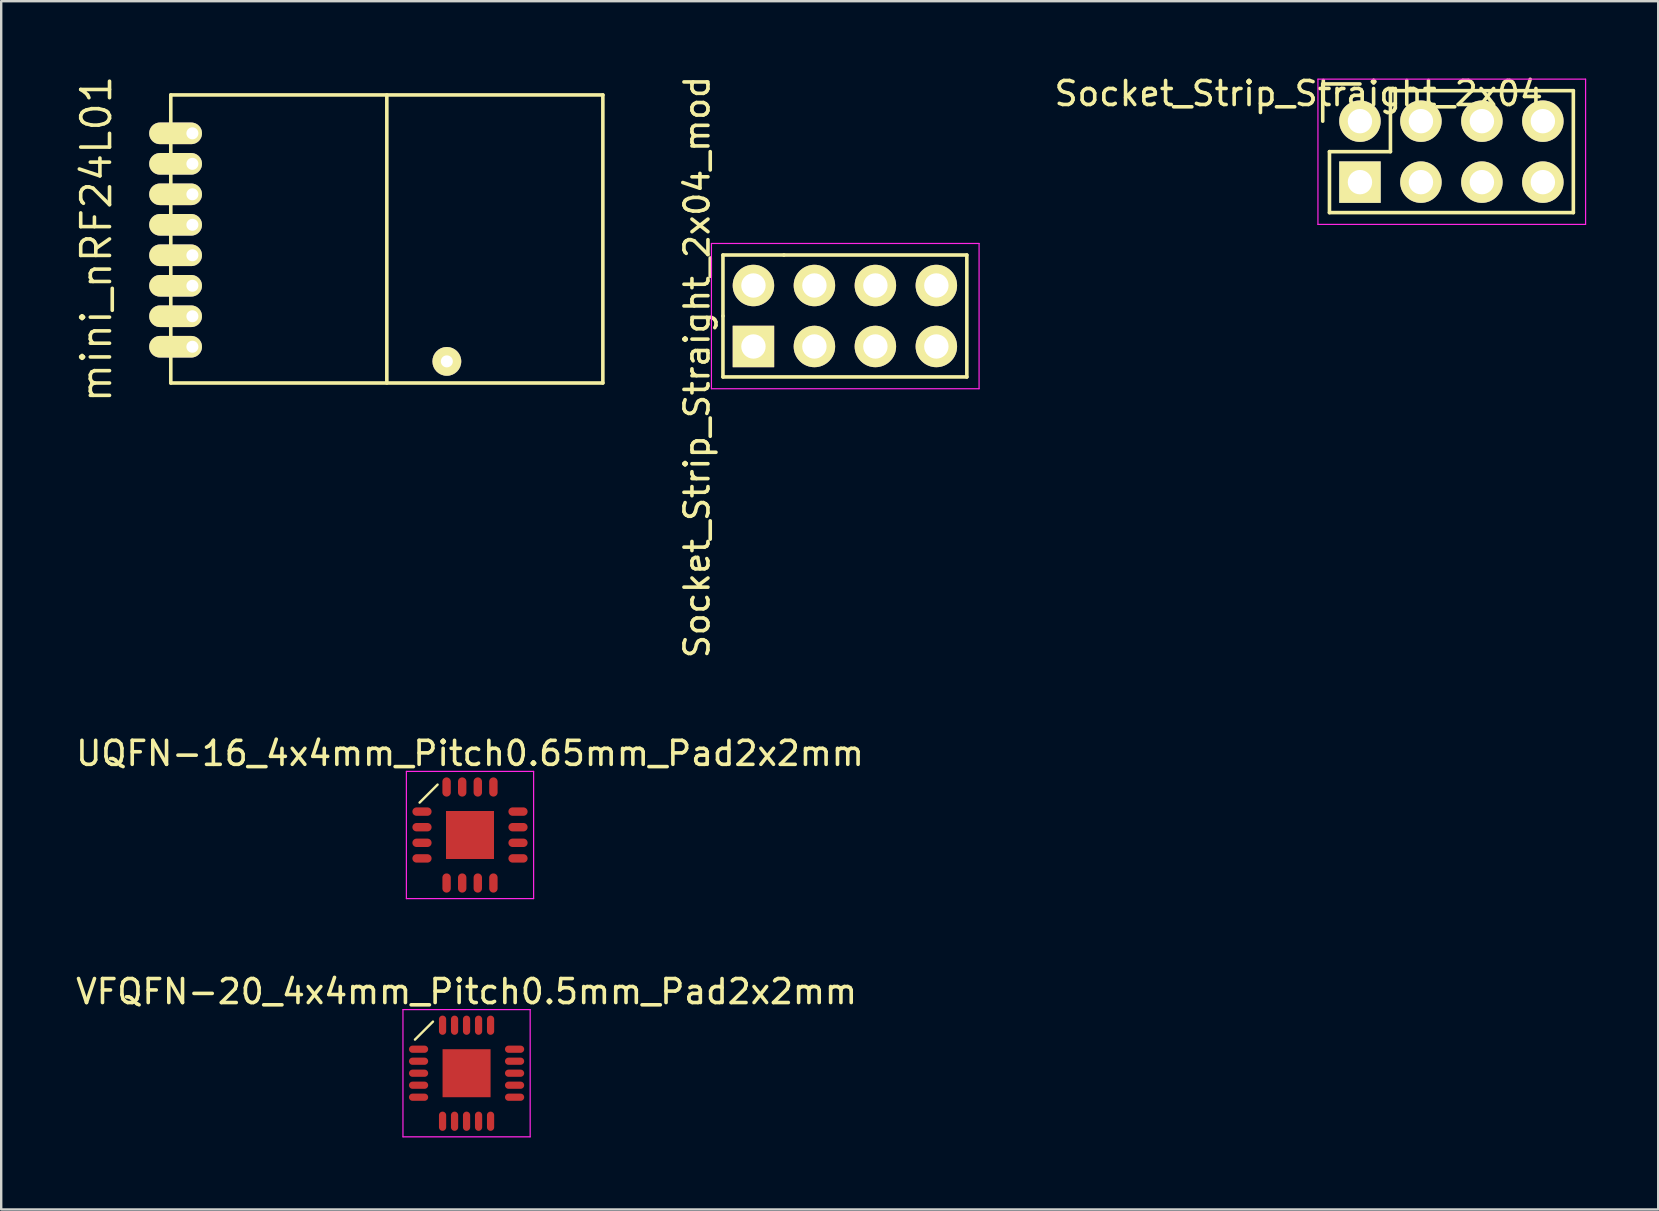
<source format=kicad_pcb>
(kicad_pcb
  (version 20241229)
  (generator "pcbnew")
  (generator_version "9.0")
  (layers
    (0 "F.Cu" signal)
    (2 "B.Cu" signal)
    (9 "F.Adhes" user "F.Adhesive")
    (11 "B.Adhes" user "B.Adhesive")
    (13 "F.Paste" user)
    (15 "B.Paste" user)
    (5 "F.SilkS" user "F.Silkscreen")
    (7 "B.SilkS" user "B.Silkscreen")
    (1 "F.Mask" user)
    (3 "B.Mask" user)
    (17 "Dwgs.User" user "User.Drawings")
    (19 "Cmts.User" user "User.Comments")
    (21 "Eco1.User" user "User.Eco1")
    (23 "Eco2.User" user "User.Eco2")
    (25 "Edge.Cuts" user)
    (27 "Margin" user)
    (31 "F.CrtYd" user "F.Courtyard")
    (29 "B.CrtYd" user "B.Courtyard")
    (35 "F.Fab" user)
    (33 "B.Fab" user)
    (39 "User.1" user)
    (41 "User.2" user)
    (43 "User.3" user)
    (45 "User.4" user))
  (footprint "UQFN-16_4x4mm_Pitch0.65mm_Pad2x2mm"
    (layer "F.Cu")
    (at 16.53 31.736)
    (property "Reference" "UQFN-16_4x4mm_Pitch0.65mm_Pad2x2mm" (at 0 -3.4 0) (layer "F.SilkS") (effects (font (size 1 1) (thickness 0.15))))
    (attr smd)
    (fp_line (start -1.35 -2.1) (end -2.1 -1.35) (stroke (width 0.1) (type solid)) (layer "F.SilkS"))
    (fp_line (start -2.65 -2.65) (end -2.65 2.65) (stroke (width 0.05) (type solid)) (layer "F.CrtYd"))
    (fp_line (start -2.65 -2.65) (end 2.65 -2.65) (stroke (width 0.05) (type solid)) (layer "F.CrtYd"))
    (fp_line (start -2.65 2.65) (end 2.65 2.65) (stroke (width 0.05) (type solid)) (layer "F.CrtYd"))
    (fp_line (start 2.65 -2.65) (end 2.65 2.65) (stroke (width 0.05) (type solid)) (layer "F.CrtYd"))
    (pad "1" smd oval (at -2 -0.975) (size 0.8 0.35) (layers "F.Cu" "F.Mask" "F.Paste"))
    (pad "2" smd oval (at -2 -0.325) (size 0.8 0.35) (layers "F.Cu" "F.Mask" "F.Paste"))
    (pad "3" smd oval (at -2 0.325) (size 0.8 0.35) (layers "F.Cu" "F.Mask" "F.Paste"))
    (pad "4" smd oval (at -2 0.975) (size 0.8 0.35) (layers "F.Cu" "F.Mask" "F.Paste"))
    (pad "5" smd oval (at -0.975 2 90) (size 0.8 0.35) (layers "F.Cu" "F.Mask" "F.Paste"))
    (pad "6" smd oval (at -0.325 2 90) (size 0.8 0.35) (layers "F.Cu" "F.Mask" "F.Paste"))
    (pad "7" smd oval (at 0.325 2 90) (size 0.8 0.35) (layers "F.Cu" "F.Mask" "F.Paste"))
    (pad "8" smd oval (at 0.975 2 90) (size 0.8 0.35) (layers "F.Cu" "F.Mask" "F.Paste"))
    (pad "9" smd oval (at 2 0.975) (size 0.8 0.35) (layers "F.Cu" "F.Mask" "F.Paste"))
    (pad "10" smd oval (at 2 0.325) (size 0.8 0.35) (layers "F.Cu" "F.Mask" "F.Paste"))
    (pad "11" smd oval (at 2 -0.325) (size 0.8 0.35) (layers "F.Cu" "F.Mask" "F.Paste"))
    (pad "12" smd oval (at 2 -0.975) (size 0.8 0.35) (layers "F.Cu" "F.Mask" "F.Paste"))
    (pad "13" smd oval (at 0.975 -2 90) (size 0.8 0.35) (layers "F.Cu" "F.Mask" "F.Paste"))
    (pad "14" smd oval (at 0.325 -2 90) (size 0.8 0.35) (layers "F.Cu" "F.Mask" "F.Paste"))
    (pad "15" smd oval (at -0.325 -2 90) (size 0.8 0.35) (layers "F.Cu" "F.Mask" "F.Paste"))
    (pad "16" smd oval (at -0.975 -2 90) (size 0.8 0.35) (layers "F.Cu" "F.Mask" "F.Paste"))
    (pad "17" smd rect (at 0 0) (size 2 2) (layers "F.Cu" "F.Mask" "F.Paste")))
  (footprint "Socket_Strip_Straight_2x04_mod"
    (layer "F.Cu")
    (at 28.338 8.844)
    (property "Reference" "Socket_Strip_Straight_2x04_mod" (at -2.35 3.4 90) (layer "F.SilkS") (effects (font (size 1 1) (thickness 0.15))))
    (attr through_hole)
    (fp_line (start -1.27 -1.27) (end 1.27 -1.27) (stroke (width 0.15) (type solid)) (layer "F.SilkS"))
    (fp_line (start -1.27 1.27) (end -1.27 -1.27) (stroke (width 0.15) (type solid)) (layer "F.SilkS"))
    (fp_line (start -1.27 3.81) (end -1.27 1.27) (stroke (width 0.15) (type solid)) (layer "F.SilkS"))
    (fp_line (start 1.27 -1.27) (end 8.89 -1.27) (stroke (width 0.15) (type solid)) (layer "F.SilkS"))
    (fp_line (start 8.89 -1.27) (end 8.89 3.81) (stroke (width 0.15) (type solid)) (layer "F.SilkS"))
    (fp_line (start 8.89 3.81) (end -1.27 3.81) (stroke (width 0.15) (type solid)) (layer "F.SilkS"))
    (fp_line (start -1.75 -1.75) (end -1.75 4.3) (stroke (width 0.05) (type solid)) (layer "F.CrtYd"))
    (fp_line (start -1.75 -1.75) (end 9.4 -1.75) (stroke (width 0.05) (type solid)) (layer "F.CrtYd"))
    (fp_line (start -1.75 4.3) (end 9.4 4.3) (stroke (width 0.05) (type solid)) (layer "F.CrtYd"))
    (fp_line (start 9.4 -1.75) (end 9.4 4.3) (stroke (width 0.05) (type solid)) (layer "F.CrtYd"))
    (pad "1" thru_hole rect (at 0 2.54) (size 1.727 1.727) (drill 1.016) (layers "*.Cu" "*.Mask" "F.SilkS"))
    (pad "2" thru_hole oval (at 0 0) (size 1.727 1.727) (drill 1.016) (layers "*.Cu" "*.Mask" "F.SilkS"))
    (pad "3" thru_hole oval (at 2.54 2.54) (size 1.727 1.727) (drill 1.016) (layers "*.Cu" "*.Mask" "F.SilkS"))
    (pad "4" thru_hole oval (at 2.54 0) (size 1.727 1.727) (drill 1.016) (layers "*.Cu" "*.Mask" "F.SilkS"))
    (pad "5" thru_hole oval (at 5.08 2.54) (size 1.727 1.727) (drill 1.016) (layers "*.Cu" "*.Mask" "F.SilkS"))
    (pad "6" thru_hole oval (at 5.08 0) (size 1.727 1.727) (drill 1.016) (layers "*.Cu" "*.Mask" "F.SilkS"))
    (pad "7" thru_hole oval (at 7.62 2.54) (size 1.727 1.727) (drill 1.016) (layers "*.Cu" "*.Mask" "F.SilkS"))
    (pad "8" thru_hole oval (at 7.62 0) (size 1.727 1.727) (drill 1.016) (layers "*.Cu" "*.Mask" "F.SilkS")))
  (footprint "Socket_Strip_Straight_2x04"
    (layer "F.Cu")
    (at 53.605 1.998)
    (property "Reference" "Socket_Strip_Straight_2x04" (at -2.55 -1.15 0) (layer "F.SilkS") (effects (font (size 1 1) (thickness 0.15))))
    (attr through_hole)
    (fp_line (start -1.55 -1.55) (end -1.55 0) (stroke (width 0.15) (type solid)) (layer "F.SilkS"))
    (fp_line (start -1.27 1.27) (end 1.27 1.27) (stroke (width 0.15) (type solid)) (layer "F.SilkS"))
    (fp_line (start -1.27 3.81) (end -1.27 1.27) (stroke (width 0.15) (type solid)) (layer "F.SilkS"))
    (fp_line (start 0 -1.55) (end -1.55 -1.55) (stroke (width 0.15) (type solid)) (layer "F.SilkS"))
    (fp_line (start 1.27 -1.27) (end 8.89 -1.27) (stroke (width 0.15) (type solid)) (layer "F.SilkS"))
    (fp_line (start 1.27 1.27) (end 1.27 -1.27) (stroke (width 0.15) (type solid)) (layer "F.SilkS"))
    (fp_line (start 8.89 -1.27) (end 8.89 3.81) (stroke (width 0.15) (type solid)) (layer "F.SilkS"))
    (fp_line (start 8.89 3.81) (end -1.27 3.81) (stroke (width 0.15) (type solid)) (layer "F.SilkS"))
    (fp_line (start -1.75 -1.75) (end -1.75 4.3) (stroke (width 0.05) (type solid)) (layer "F.CrtYd"))
    (fp_line (start -1.75 -1.75) (end 9.4 -1.75) (stroke (width 0.05) (type solid)) (layer "F.CrtYd"))
    (fp_line (start -1.75 4.3) (end 9.4 4.3) (stroke (width 0.05) (type solid)) (layer "F.CrtYd"))
    (fp_line (start 9.4 -1.75) (end 9.4 4.3) (stroke (width 0.05) (type solid)) (layer "F.CrtYd"))
    (pad "1" thru_hole rect (at 0 2.54) (size 1.727 1.727) (drill 1.016) (layers "*.Cu" "*.Mask" "F.SilkS"))
    (pad "2" thru_hole oval (at 0 0) (size 1.727 1.727) (drill 1.016) (layers "*.Cu" "*.Mask" "F.SilkS"))
    (pad "3" thru_hole oval (at 2.54 2.54) (size 1.727 1.727) (drill 1.016) (layers "*.Cu" "*.Mask" "F.SilkS"))
    (pad "4" thru_hole oval (at 2.54 0) (size 1.727 1.727) (drill 1.016) (layers "*.Cu" "*.Mask" "F.SilkS"))
    (pad "5" thru_hole oval (at 5.08 2.54) (size 1.727 1.727) (drill 1.016) (layers "*.Cu" "*.Mask" "F.SilkS"))
    (pad "6" thru_hole oval (at 5.08 0) (size 1.727 1.727) (drill 1.016) (layers "*.Cu" "*.Mask" "F.SilkS"))
    (pad "7" thru_hole oval (at 7.62 2.54) (size 1.727 1.727) (drill 1.016) (layers "*.Cu" "*.Mask" "F.SilkS"))
    (pad "8" thru_hole oval (at 7.62 0) (size 1.727 1.727) (drill 1.016) (layers "*.Cu" "*.Mask" "F.SilkS")))
  (footprint "VFQFN-20_4x4mm_Pitch0.5mm_Pad2x2mm"
    (layer "F.Cu")
    (at 16.387 41.66)
    (property "Reference" "VFQFN-20_4x4mm_Pitch0.5mm_Pad2x2mm" (at 0 -3.4 0) (layer "F.SilkS") (effects (font (size 1 1) (thickness 0.15))))
    (attr smd)
    (fp_line (start -1.4 -2.15) (end -2.15 -1.4) (stroke (width 0.1) (type solid)) (layer "F.SilkS"))
    (fp_line (start -2.65 -2.65) (end -2.65 2.65) (stroke (width 0.05) (type solid)) (layer "F.CrtYd"))
    (fp_line (start -2.65 -2.65) (end 2.65 -2.65) (stroke (width 0.05) (type solid)) (layer "F.CrtYd"))
    (fp_line (start -2.65 2.65) (end 2.65 2.65) (stroke (width 0.05) (type solid)) (layer "F.CrtYd"))
    (fp_line (start 2.65 -2.65) (end 2.65 2.65) (stroke (width 0.05) (type solid)) (layer "F.CrtYd"))
    (pad "1" smd oval (at -2 -1) (size 0.8 0.3) (layers "F.Cu" "F.Mask" "F.Paste"))
    (pad "2" smd oval (at -2 -0.5) (size 0.8 0.3) (layers "F.Cu" "F.Mask" "F.Paste"))
    (pad "3" smd oval (at -2 0) (size 0.8 0.3) (layers "F.Cu" "F.Mask" "F.Paste"))
    (pad "4" smd oval (at -2 0.5) (size 0.8 0.3) (layers "F.Cu" "F.Mask" "F.Paste"))
    (pad "5" smd oval (at -2 1) (size 0.8 0.3) (layers "F.Cu" "F.Mask" "F.Paste"))
    (pad "6" smd oval (at -1 2 90) (size 0.8 0.3) (layers "F.Cu" "F.Mask" "F.Paste"))
    (pad "7" smd oval (at -0.5 2 90) (size 0.8 0.3) (layers "F.Cu" "F.Mask" "F.Paste"))
    (pad "8" smd oval (at 0 2 90) (size 0.8 0.3) (layers "F.Cu" "F.Mask" "F.Paste"))
    (pad "9" smd oval (at 0.5 2 90) (size 0.8 0.3) (layers "F.Cu" "F.Mask" "F.Paste"))
    (pad "10" smd oval (at 1 2 90) (size 0.8 0.3) (layers "F.Cu" "F.Mask" "F.Paste"))
    (pad "11" smd oval (at 2 1) (size 0.8 0.3) (layers "F.Cu" "F.Mask" "F.Paste"))
    (pad "12" smd oval (at 2 0.5) (size 0.8 0.3) (layers "F.Cu" "F.Mask" "F.Paste"))
    (pad "13" smd oval (at 2 0) (size 0.8 0.3) (layers "F.Cu" "F.Mask" "F.Paste"))
    (pad "14" smd oval (at 2 -0.5) (size 0.8 0.3) (layers "F.Cu" "F.Mask" "F.Paste"))
    (pad "15" smd oval (at 2 -1) (size 0.8 0.3) (layers "F.Cu" "F.Mask" "F.Paste"))
    (pad "16" smd oval (at 1 -2 90) (size 0.8 0.3) (layers "F.Cu" "F.Mask" "F.Paste"))
    (pad "17" smd oval (at 0.5 -2 90) (size 0.8 0.3) (layers "F.Cu" "F.Mask" "F.Paste"))
    (pad "18" smd oval (at 0 -2 90) (size 0.8 0.3) (layers "F.Cu" "F.Mask" "F.Paste"))
    (pad "19" smd oval (at -0.5 -2 90) (size 0.8 0.3) (layers "F.Cu" "F.Mask" "F.Paste"))
    (pad "20" smd oval (at -1 -2 90) (size 0.8 0.3) (layers "F.Cu" "F.Mask" "F.Paste"))
    (pad "21" smd rect (at 0 0) (size 2 2) (layers "F.Cu" "F.Mask" "F.Paste")))
  (footprint "mini_nRF24L01"
    (layer "F.Cu")
    (at 13.065 6.905)
    (property "Reference" "mini_nRF24L01" (at -12.1 0 90) (layer "F.SilkS") (effects (font (size 1.2 1.2) (thickness 0.15))))
    (attr through_hole)
    (fp_line (start -9 -6) (end -9 6) (stroke (width 0.15) (type solid)) (layer "F.SilkS"))
    (fp_line (start -9 6) (end 9 6) (stroke (width 0.15) (type solid)) (layer "F.SilkS"))
    (fp_line (start 0 -6) (end 0 6) (stroke (width 0.15) (type solid)) (layer "F.SilkS"))
    (fp_line (start 9 -6) (end -9 -6) (stroke (width 0.15) (type solid)) (layer "F.SilkS"))
    (fp_line (start 9 6) (end 9 -6) (stroke (width 0.15) (type solid)) (layer "F.SilkS"))
    (pad "1" thru_hole oval (at -8.1 -4.4 90) (size 0.9 2.2) (drill 0.5 (offset 0 -0.7)) (layers "*.Cu" "*.Mask" "F.SilkS"))
    (pad "2" thru_hole oval (at -8.1 -3.13 90) (size 0.9 2.2) (drill 0.5 (offset 0 -0.7)) (layers "*.Cu" "*.Mask" "F.SilkS"))
    (pad "3" thru_hole oval (at -8.1 -1.86 90) (size 0.9 2.2) (drill 0.5 (offset 0 -0.7)) (layers "*.Cu" "*.Mask" "F.SilkS"))
    (pad "4" thru_hole oval (at -8.1 -0.59 90) (size 0.9 2.2) (drill 0.5 (offset 0 -0.7)) (layers "*.Cu" "*.Mask" "F.SilkS"))
    (pad "5" thru_hole oval (at -8.1 0.68 90) (size 0.9 2.2) (drill 0.5 (offset 0 -0.7)) (layers "*.Cu" "*.Mask" "F.SilkS"))
    (pad "6" thru_hole oval (at -8.1 1.95 90) (size 0.9 2.2) (drill 0.5 (offset 0 -0.7)) (layers "*.Cu" "*.Mask" "F.SilkS"))
    (pad "7" thru_hole oval (at -8.1 3.22 90) (size 0.9 2.2) (drill 0.5 (offset 0 -0.7)) (layers "*.Cu" "*.Mask" "F.SilkS"))
    (pad "8" thru_hole oval (at -8.1 4.49 90) (size 0.9 2.2) (drill 0.5 (offset 0 -0.7)) (layers "*.Cu" "*.Mask" "F.SilkS"))
    (pad "9" thru_hole circle (at 2.5 5.1) (size 1.2 1.2) (drill 0.5) (layers "*.Cu" "*.Mask" "F.SilkS")))
  (gr_rect
    (start -3 -3)
    (end 66.03 47.335)
    (stroke (width 0.1) (type default))
    (fill no)
    (layer "Edge.Cuts")))
</source>
